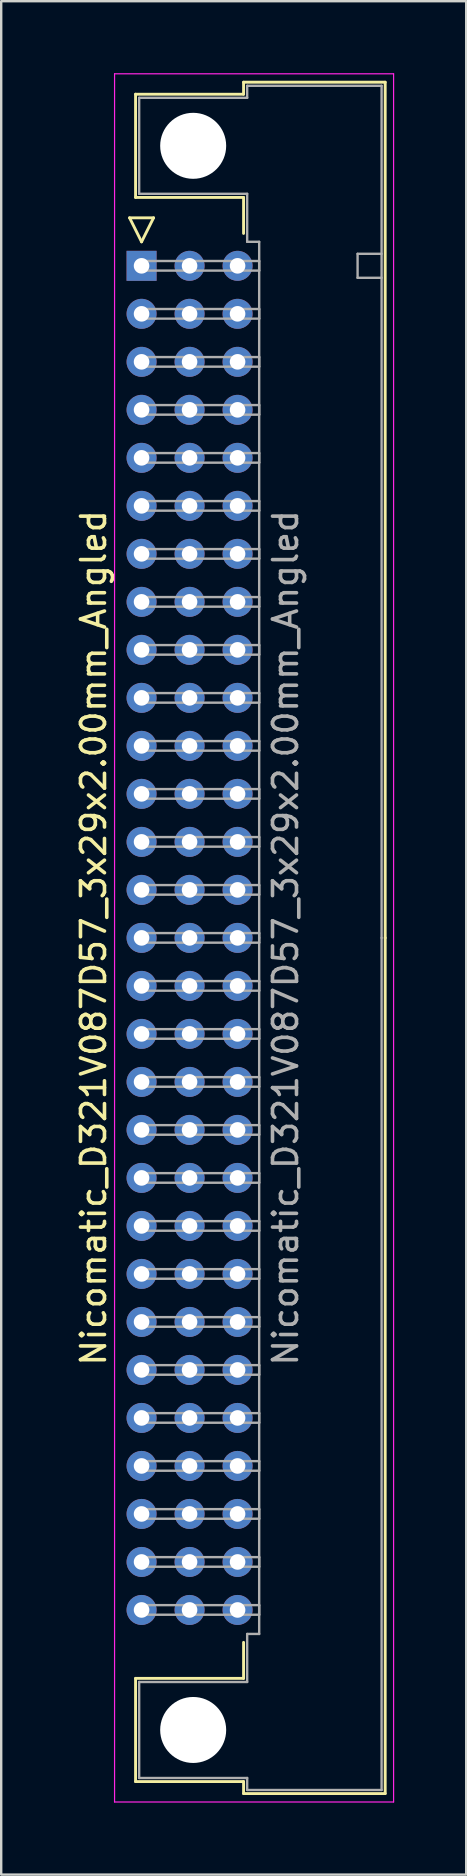
<source format=kicad_pcb>
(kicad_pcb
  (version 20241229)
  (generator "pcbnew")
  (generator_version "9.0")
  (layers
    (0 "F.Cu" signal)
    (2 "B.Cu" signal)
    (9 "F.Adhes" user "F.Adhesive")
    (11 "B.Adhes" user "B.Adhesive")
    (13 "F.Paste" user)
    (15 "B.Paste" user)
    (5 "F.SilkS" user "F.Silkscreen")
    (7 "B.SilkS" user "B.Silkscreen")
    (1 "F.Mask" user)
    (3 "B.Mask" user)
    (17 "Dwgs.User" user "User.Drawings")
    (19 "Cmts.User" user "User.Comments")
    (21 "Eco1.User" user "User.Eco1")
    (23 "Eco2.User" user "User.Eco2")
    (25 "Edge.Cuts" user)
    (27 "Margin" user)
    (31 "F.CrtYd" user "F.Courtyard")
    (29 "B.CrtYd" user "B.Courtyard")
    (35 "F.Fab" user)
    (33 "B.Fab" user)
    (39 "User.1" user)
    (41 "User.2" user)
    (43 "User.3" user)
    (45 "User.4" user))
  (footprint "Nicomatic_D321V087D57_3x29x2.00mm_Angled"
    (layer "F.Cu")
    (at 2.848 8.025)
    (property "Reference" "Nicomatic_D321V087D57_3x29x2.00mm_Angled" (at -2 28 90) (layer "F.SilkS") (effects (font (size 1 1) (thickness 0.15))))
    (attr through_hole)
    (fp_line (start -0.5 -2) (end 0 -1) (stroke (width 0.12) (type solid)) (layer "F.SilkS"))
    (fp_line (start -0.25 -7.15) (end -0.25 -2.85) (stroke (width 0.12) (type solid)) (layer "F.SilkS"))
    (fp_line (start -0.25 -2.85) (end 4.25 -2.85) (stroke (width 0.12) (type solid)) (layer "F.SilkS"))
    (fp_line (start -0.25 58.85) (end 4.25 58.85) (stroke (width 0.12) (type solid)) (layer "F.SilkS"))
    (fp_line (start -0.25 63.15) (end -0.25 58.85) (stroke (width 0.12) (type solid)) (layer "F.SilkS"))
    (fp_line (start 0 -1) (end 0.5 -2) (stroke (width 0.12) (type solid)) (layer "F.SilkS"))
    (fp_line (start 0.5 -2) (end -0.5 -2) (stroke (width 0.12) (type solid)) (layer "F.SilkS"))
    (fp_line (start 4.25 -7.65) (end 4.25 -7.15) (stroke (width 0.12) (type solid)) (layer "F.SilkS"))
    (fp_line (start 4.25 -7.15) (end -0.25 -7.15) (stroke (width 0.12) (type solid)) (layer "F.SilkS"))
    (fp_line (start 4.25 -2.85) (end 4.25 -1.35) (stroke (width 0.12) (type solid)) (layer "F.SilkS"))
    (fp_line (start 4.25 58.85) (end 4.25 57.35) (stroke (width 0.12) (type solid)) (layer "F.SilkS"))
    (fp_line (start 4.25 63.15) (end -0.25 63.15) (stroke (width 0.12) (type solid)) (layer "F.SilkS"))
    (fp_line (start 4.25 63.65) (end 4.25 63.15) (stroke (width 0.12) (type solid)) (layer "F.SilkS"))
    (fp_line (start 10.15 -7.65) (end 4.25 -7.65) (stroke (width 0.12) (type solid)) (layer "F.SilkS"))
    (fp_line (start 10.15 28) (end 10.15 -7.65) (stroke (width 0.12) (type solid)) (layer "F.SilkS"))
    (fp_line (start 10.15 28) (end 10.15 63.65) (stroke (width 0.12) (type solid)) (layer "F.SilkS"))
    (fp_line (start 10.15 63.65) (end 4.25 63.65) (stroke (width 0.12) (type solid)) (layer "F.SilkS"))
    (fp_line (start -1.125 -8) (end -1.125 64) (stroke (width 0.05) (type solid)) (layer "F.CrtYd"))
    (fp_line (start -1.125 64) (end 10.5 64) (stroke (width 0.05) (type solid)) (layer "F.CrtYd"))
    (fp_line (start 10.5 -8) (end -1.125 -8) (stroke (width 0.05) (type solid)) (layer "F.CrtYd"))
    (fp_line (start 10.5 64) (end 10.5 -8) (stroke (width 0.05) (type solid)) (layer "F.CrtYd"))
    (fp_line (start -0.1 -7) (end -0.1 -3) (stroke (width 0.1) (type solid)) (layer "F.Fab"))
    (fp_line (start -0.1 -3) (end 4.4 -3) (stroke (width 0.1) (type solid)) (layer "F.Fab"))
    (fp_line (start -0.1 59) (end 4.4 59) (stroke (width 0.1) (type solid)) (layer "F.Fab"))
    (fp_line (start -0.1 63) (end -0.1 59) (stroke (width 0.1) (type solid)) (layer "F.Fab"))
    (fp_line (start 0 -0.2) (end 0 0.2) (stroke (width 0.1) (type solid)) (layer "F.Fab"))
    (fp_line (start 0 0.2) (end 4.9 0.2) (stroke (width 0.1) (type solid)) (layer "F.Fab"))
    (fp_line (start 0 1.8) (end 0 2.2) (stroke (width 0.1) (type solid)) (layer "F.Fab"))
    (fp_line (start 0 2.2) (end 4.9 2.2) (stroke (width 0.1) (type solid)) (layer "F.Fab"))
    (fp_line (start 0 3.8) (end 0 4.2) (stroke (width 0.1) (type solid)) (layer "F.Fab"))
    (fp_line (start 0 4.2) (end 4.9 4.2) (stroke (width 0.1) (type solid)) (layer "F.Fab"))
    (fp_line (start 0 5.8) (end 0 6.2) (stroke (width 0.1) (type solid)) (layer "F.Fab"))
    (fp_line (start 0 6.2) (end 4.9 6.2) (stroke (width 0.1) (type solid)) (layer "F.Fab"))
    (fp_line (start 0 7.8) (end 0 8.2) (stroke (width 0.1) (type solid)) (layer "F.Fab"))
    (fp_line (start 0 8.2) (end 4.9 8.2) (stroke (width 0.1) (type solid)) (layer "F.Fab"))
    (fp_line (start 0 9.8) (end 0 10.2) (stroke (width 0.1) (type solid)) (layer "F.Fab"))
    (fp_line (start 0 10.2) (end 4.9 10.2) (stroke (width 0.1) (type solid)) (layer "F.Fab"))
    (fp_line (start 0 11.8) (end 0 12.2) (stroke (width 0.1) (type solid)) (layer "F.Fab"))
    (fp_line (start 0 12.2) (end 4.9 12.2) (stroke (width 0.1) (type solid)) (layer "F.Fab"))
    (fp_line (start 0 13.8) (end 0 14.2) (stroke (width 0.1) (type solid)) (layer "F.Fab"))
    (fp_line (start 0 14.2) (end 4.9 14.2) (stroke (width 0.1) (type solid)) (layer "F.Fab"))
    (fp_line (start 0 15.8) (end 0 16.2) (stroke (width 0.1) (type solid)) (layer "F.Fab"))
    (fp_line (start 0 16.2) (end 4.9 16.2) (stroke (width 0.1) (type solid)) (layer "F.Fab"))
    (fp_line (start 0 17.8) (end 0 18.2) (stroke (width 0.1) (type solid)) (layer "F.Fab"))
    (fp_line (start 0 18.2) (end 4.9 18.2) (stroke (width 0.1) (type solid)) (layer "F.Fab"))
    (fp_line (start 0 19.8) (end 0 20.2) (stroke (width 0.1) (type solid)) (layer "F.Fab"))
    (fp_line (start 0 20.2) (end 4.9 20.2) (stroke (width 0.1) (type solid)) (layer "F.Fab"))
    (fp_line (start 0 21.8) (end 0 22.2) (stroke (width 0.1) (type solid)) (layer "F.Fab"))
    (fp_line (start 0 22.2) (end 4.9 22.2) (stroke (width 0.1) (type solid)) (layer "F.Fab"))
    (fp_line (start 0 23.8) (end 0 24.2) (stroke (width 0.1) (type solid)) (layer "F.Fab"))
    (fp_line (start 0 24.2) (end 4.9 24.2) (stroke (width 0.1) (type solid)) (layer "F.Fab"))
    (fp_line (start 0 25.8) (end 0 26.2) (stroke (width 0.1) (type solid)) (layer "F.Fab"))
    (fp_line (start 0 26.2) (end 4.9 26.2) (stroke (width 0.1) (type solid)) (layer "F.Fab"))
    (fp_line (start 0 27.8) (end 0 28.2) (stroke (width 0.1) (type solid)) (layer "F.Fab"))
    (fp_line (start 0 28.2) (end 4.9 28.2) (stroke (width 0.1) (type solid)) (layer "F.Fab"))
    (fp_line (start 0 29.8) (end 0 30.2) (stroke (width 0.1) (type solid)) (layer "F.Fab"))
    (fp_line (start 0 30.2) (end 4.9 30.2) (stroke (width 0.1) (type solid)) (layer "F.Fab"))
    (fp_line (start 0 31.8) (end 0 32.2) (stroke (width 0.1) (type solid)) (layer "F.Fab"))
    (fp_line (start 0 32.2) (end 4.9 32.2) (stroke (width 0.1) (type solid)) (layer "F.Fab"))
    (fp_line (start 0 33.8) (end 0 34.2) (stroke (width 0.1) (type solid)) (layer "F.Fab"))
    (fp_line (start 0 34.2) (end 4.9 34.2) (stroke (width 0.1) (type solid)) (layer "F.Fab"))
    (fp_line (start 0 35.8) (end 0 36.2) (stroke (width 0.1) (type solid)) (layer "F.Fab"))
    (fp_line (start 0 36.2) (end 4.9 36.2) (stroke (width 0.1) (type solid)) (layer "F.Fab"))
    (fp_line (start 0 37.8) (end 0 38.2) (stroke (width 0.1) (type solid)) (layer "F.Fab"))
    (fp_line (start 0 38.2) (end 4.9 38.2) (stroke (width 0.1) (type solid)) (layer "F.Fab"))
    (fp_line (start 0 39.8) (end 0 40.2) (stroke (width 0.1) (type solid)) (layer "F.Fab"))
    (fp_line (start 0 40.2) (end 4.9 40.2) (stroke (width 0.1) (type solid)) (layer "F.Fab"))
    (fp_line (start 0 41.8) (end 0 42.2) (stroke (width 0.1) (type solid)) (layer "F.Fab"))
    (fp_line (start 0 42.2) (end 4.9 42.2) (stroke (width 0.1) (type solid)) (layer "F.Fab"))
    (fp_line (start 0 43.8) (end 0 44.2) (stroke (width 0.1) (type solid)) (layer "F.Fab"))
    (fp_line (start 0 44.2) (end 4.9 44.2) (stroke (width 0.1) (type solid)) (layer "F.Fab"))
    (fp_line (start 0 45.8) (end 0 46.2) (stroke (width 0.1) (type solid)) (layer "F.Fab"))
    (fp_line (start 0 46.2) (end 4.9 46.2) (stroke (width 0.1) (type solid)) (layer "F.Fab"))
    (fp_line (start 0 47.8) (end 0 48.2) (stroke (width 0.1) (type solid)) (layer "F.Fab"))
    (fp_line (start 0 48.2) (end 4.9 48.2) (stroke (width 0.1) (type solid)) (layer "F.Fab"))
    (fp_line (start 0 49.8) (end 0 50.2) (stroke (width 0.1) (type solid)) (layer "F.Fab"))
    (fp_line (start 0 50.2) (end 4.9 50.2) (stroke (width 0.1) (type solid)) (layer "F.Fab"))
    (fp_line (start 0 51.8) (end 0 52.2) (stroke (width 0.1) (type solid)) (layer "F.Fab"))
    (fp_line (start 0 52.2) (end 4.9 52.2) (stroke (width 0.1) (type solid)) (layer "F.Fab"))
    (fp_line (start 0 53.8) (end 0 54.2) (stroke (width 0.1) (type solid)) (layer "F.Fab"))
    (fp_line (start 0 54.2) (end 4.9 54.2) (stroke (width 0.1) (type solid)) (layer "F.Fab"))
    (fp_line (start 0 55.8) (end 0 56.2) (stroke (width 0.1) (type solid)) (layer "F.Fab"))
    (fp_line (start 0 56.2) (end 4.9 56.2) (stroke (width 0.1) (type solid)) (layer "F.Fab"))
    (fp_line (start 4.4 -7.5) (end 4.4 -7) (stroke (width 0.1) (type solid)) (layer "F.Fab"))
    (fp_line (start 4.4 -7) (end -0.1 -7) (stroke (width 0.1) (type solid)) (layer "F.Fab"))
    (fp_line (start 4.4 -3) (end 4.4 -1) (stroke (width 0.1) (type solid)) (layer "F.Fab"))
    (fp_line (start 4.4 -1) (end 4.9 -1) (stroke (width 0.1) (type solid)) (layer "F.Fab"))
    (fp_line (start 4.4 57) (end 4.9 57) (stroke (width 0.1) (type solid)) (layer "F.Fab"))
    (fp_line (start 4.4 59) (end 4.4 57) (stroke (width 0.1) (type solid)) (layer "F.Fab"))
    (fp_line (start 4.4 63) (end -0.1 63) (stroke (width 0.1) (type solid)) (layer "F.Fab"))
    (fp_line (start 4.4 63.5) (end 4.4 63) (stroke (width 0.1) (type solid)) (layer "F.Fab"))
    (fp_line (start 4.9 -1) (end 4.9 28) (stroke (width 0.1) (type solid)) (layer "F.Fab"))
    (fp_line (start 4.9 -0.2) (end 0 -0.2) (stroke (width 0.1) (type solid)) (layer "F.Fab"))
    (fp_line (start 4.9 0.2) (end 4.9 -0.2) (stroke (width 0.1) (type solid)) (layer "F.Fab"))
    (fp_line (start 4.9 1.8) (end 0 1.8) (stroke (width 0.1) (type solid)) (layer "F.Fab"))
    (fp_line (start 4.9 2.2) (end 4.9 1.8) (stroke (width 0.1) (type solid)) (layer "F.Fab"))
    (fp_line (start 4.9 3.8) (end 0 3.8) (stroke (width 0.1) (type solid)) (layer "F.Fab"))
    (fp_line (start 4.9 4.2) (end 4.9 3.8) (stroke (width 0.1) (type solid)) (layer "F.Fab"))
    (fp_line (start 4.9 5.8) (end 0 5.8) (stroke (width 0.1) (type solid)) (layer "F.Fab"))
    (fp_line (start 4.9 6.2) (end 4.9 5.8) (stroke (width 0.1) (type solid)) (layer "F.Fab"))
    (fp_line (start 4.9 7.8) (end 0 7.8) (stroke (width 0.1) (type solid)) (layer "F.Fab"))
    (fp_line (start 4.9 8.2) (end 4.9 7.8) (stroke (width 0.1) (type solid)) (layer "F.Fab"))
    (fp_line (start 4.9 9.8) (end 0 9.8) (stroke (width 0.1) (type solid)) (layer "F.Fab"))
    (fp_line (start 4.9 10.2) (end 4.9 9.8) (stroke (width 0.1) (type solid)) (layer "F.Fab"))
    (fp_line (start 4.9 11.8) (end 0 11.8) (stroke (width 0.1) (type solid)) (layer "F.Fab"))
    (fp_line (start 4.9 12.2) (end 4.9 11.8) (stroke (width 0.1) (type solid)) (layer "F.Fab"))
    (fp_line (start 4.9 13.8) (end 0 13.8) (stroke (width 0.1) (type solid)) (layer "F.Fab"))
    (fp_line (start 4.9 14.2) (end 4.9 13.8) (stroke (width 0.1) (type solid)) (layer "F.Fab"))
    (fp_line (start 4.9 15.8) (end 0 15.8) (stroke (width 0.1) (type solid)) (layer "F.Fab"))
    (fp_line (start 4.9 16.2) (end 4.9 15.8) (stroke (width 0.1) (type solid)) (layer "F.Fab"))
    (fp_line (start 4.9 17.8) (end 0 17.8) (stroke (width 0.1) (type solid)) (layer "F.Fab"))
    (fp_line (start 4.9 18.2) (end 4.9 17.8) (stroke (width 0.1) (type solid)) (layer "F.Fab"))
    (fp_line (start 4.9 19.8) (end 0 19.8) (stroke (width 0.1) (type solid)) (layer "F.Fab"))
    (fp_line (start 4.9 20.2) (end 4.9 19.8) (stroke (width 0.1) (type solid)) (layer "F.Fab"))
    (fp_line (start 4.9 21.8) (end 0 21.8) (stroke (width 0.1) (type solid)) (layer "F.Fab"))
    (fp_line (start 4.9 22.2) (end 4.9 21.8) (stroke (width 0.1) (type solid)) (layer "F.Fab"))
    (fp_line (start 4.9 23.8) (end 0 23.8) (stroke (width 0.1) (type solid)) (layer "F.Fab"))
    (fp_line (start 4.9 24.2) (end 4.9 23.8) (stroke (width 0.1) (type solid)) (layer "F.Fab"))
    (fp_line (start 4.9 25.8) (end 0 25.8) (stroke (width 0.1) (type solid)) (layer "F.Fab"))
    (fp_line (start 4.9 26.2) (end 4.9 25.8) (stroke (width 0.1) (type solid)) (layer "F.Fab"))
    (fp_line (start 4.9 27.8) (end 0 27.8) (stroke (width 0.1) (type solid)) (layer "F.Fab"))
    (fp_line (start 4.9 28.2) (end 4.9 27.8) (stroke (width 0.1) (type solid)) (layer "F.Fab"))
    (fp_line (start 4.9 29.8) (end 0 29.8) (stroke (width 0.1) (type solid)) (layer "F.Fab"))
    (fp_line (start 4.9 30.2) (end 4.9 29.8) (stroke (width 0.1) (type solid)) (layer "F.Fab"))
    (fp_line (start 4.9 31.8) (end 0 31.8) (stroke (width 0.1) (type solid)) (layer "F.Fab"))
    (fp_line (start 4.9 32.2) (end 4.9 31.8) (stroke (width 0.1) (type solid)) (layer "F.Fab"))
    (fp_line (start 4.9 33.8) (end 0 33.8) (stroke (width 0.1) (type solid)) (layer "F.Fab"))
    (fp_line (start 4.9 34.2) (end 4.9 33.8) (stroke (width 0.1) (type solid)) (layer "F.Fab"))
    (fp_line (start 4.9 35.8) (end 0 35.8) (stroke (width 0.1) (type solid)) (layer "F.Fab"))
    (fp_line (start 4.9 36.2) (end 4.9 35.8) (stroke (width 0.1) (type solid)) (layer "F.Fab"))
    (fp_line (start 4.9 37.8) (end 0 37.8) (stroke (width 0.1) (type solid)) (layer "F.Fab"))
    (fp_line (start 4.9 38.2) (end 4.9 37.8) (stroke (width 0.1) (type solid)) (layer "F.Fab"))
    (fp_line (start 4.9 39.8) (end 0 39.8) (stroke (width 0.1) (type solid)) (layer "F.Fab"))
    (fp_line (start 4.9 40.2) (end 4.9 39.8) (stroke (width 0.1) (type solid)) (layer "F.Fab"))
    (fp_line (start 4.9 41.8) (end 0 41.8) (stroke (width 0.1) (type solid)) (layer "F.Fab"))
    (fp_line (start 4.9 42.2) (end 4.9 41.8) (stroke (width 0.1) (type solid)) (layer "F.Fab"))
    (fp_line (start 4.9 43.8) (end 0 43.8) (stroke (width 0.1) (type solid)) (layer "F.Fab"))
    (fp_line (start 4.9 44.2) (end 4.9 43.8) (stroke (width 0.1) (type solid)) (layer "F.Fab"))
    (fp_line (start 4.9 45.8) (end 0 45.8) (stroke (width 0.1) (type solid)) (layer "F.Fab"))
    (fp_line (start 4.9 46.2) (end 4.9 45.8) (stroke (width 0.1) (type solid)) (layer "F.Fab"))
    (fp_line (start 4.9 47.8) (end 0 47.8) (stroke (width 0.1) (type solid)) (layer "F.Fab"))
    (fp_line (start 4.9 48.2) (end 4.9 47.8) (stroke (width 0.1) (type solid)) (layer "F.Fab"))
    (fp_line (start 4.9 49.8) (end 0 49.8) (stroke (width 0.1) (type solid)) (layer "F.Fab"))
    (fp_line (start 4.9 50.2) (end 4.9 49.8) (stroke (width 0.1) (type solid)) (layer "F.Fab"))
    (fp_line (start 4.9 51.8) (end 0 51.8) (stroke (width 0.1) (type solid)) (layer "F.Fab"))
    (fp_line (start 4.9 52.2) (end 4.9 51.8) (stroke (width 0.1) (type solid)) (layer "F.Fab"))
    (fp_line (start 4.9 53.8) (end 0 53.8) (stroke (width 0.1) (type solid)) (layer "F.Fab"))
    (fp_line (start 4.9 54.2) (end 4.9 53.8) (stroke (width 0.1) (type solid)) (layer "F.Fab"))
    (fp_line (start 4.9 55.8) (end 0 55.8) (stroke (width 0.1) (type solid)) (layer "F.Fab"))
    (fp_line (start 4.9 56.2) (end 4.9 55.8) (stroke (width 0.1) (type solid)) (layer "F.Fab"))
    (fp_line (start 4.9 57) (end 4.9 28) (stroke (width 0.1) (type solid)) (layer "F.Fab"))
    (fp_line (start 9 -0.5) (end 9 0.5) (stroke (width 0.1) (type solid)) (layer "F.Fab"))
    (fp_line (start 9 0.5) (end 10 0.5) (stroke (width 0.1) (type solid)) (layer "F.Fab"))
    (fp_line (start 10 -7.5) (end 4.4 -7.5) (stroke (width 0.1) (type solid)) (layer "F.Fab"))
    (fp_line (start 10 -0.5) (end 9 -0.5) (stroke (width 0.1) (type solid)) (layer "F.Fab"))
    (fp_line (start 10 28) (end 10 -7.5) (stroke (width 0.1) (type solid)) (layer "F.Fab"))
    (fp_line (start 10 28) (end 10 63.5) (stroke (width 0.1) (type solid)) (layer "F.Fab"))
    (fp_line (start 10 63.5) (end 4.4 63.5) (stroke (width 0.1) (type solid)) (layer "F.Fab"))
    (fp_text user "${REFERENCE}" (at 6 28 90) (layer "F.Fab") (effects (font (size 1 1) (thickness 0.15))))
    (pad "" np_thru_hole circle (at 2.15 -5) (size 2.75 2.75) (drill 2.75) (layers "*.Cu" "*.Mask"))
    (pad "" np_thru_hole circle (at 2.15 61) (size 2.75 2.75) (drill 2.75) (layers "*.Cu" "*.Mask"))
    (pad "1" thru_hole rect (at 0 0) (size 1.25 1.25) (drill 0.65) (layers "*.Cu" "*.Mask"))
    (pad "2" thru_hole oval (at 0 2) (size 1.25 1.25) (drill 0.65) (layers "*.Cu" "*.Mask"))
    (pad "3" thru_hole oval (at 0 4) (size 1.25 1.25) (drill 0.65) (layers "*.Cu" "*.Mask"))
    (pad "4" thru_hole oval (at 0 6) (size 1.25 1.25) (drill 0.65) (layers "*.Cu" "*.Mask"))
    (pad "5" thru_hole oval (at 0 8) (size 1.25 1.25) (drill 0.65) (layers "*.Cu" "*.Mask"))
    (pad "6" thru_hole oval (at 0 10) (size 1.25 1.25) (drill 0.65) (layers "*.Cu" "*.Mask"))
    (pad "7" thru_hole oval (at 0 12) (size 1.25 1.25) (drill 0.65) (layers "*.Cu" "*.Mask"))
    (pad "8" thru_hole oval (at 0 14) (size 1.25 1.25) (drill 0.65) (layers "*.Cu" "*.Mask"))
    (pad "9" thru_hole oval (at 0 16) (size 1.25 1.25) (drill 0.65) (layers "*.Cu" "*.Mask"))
    (pad "10" thru_hole oval (at 0 18) (size 1.25 1.25) (drill 0.65) (layers "*.Cu" "*.Mask"))
    (pad "11" thru_hole oval (at 0 20) (size 1.25 1.25) (drill 0.65) (layers "*.Cu" "*.Mask"))
    (pad "12" thru_hole oval (at 0 22) (size 1.25 1.25) (drill 0.65) (layers "*.Cu" "*.Mask"))
    (pad "13" thru_hole oval (at 0 24) (size 1.25 1.25) (drill 0.65) (layers "*.Cu" "*.Mask"))
    (pad "14" thru_hole oval (at 0 26) (size 1.25 1.25) (drill 0.65) (layers "*.Cu" "*.Mask"))
    (pad "15" thru_hole oval (at 0 28) (size 1.25 1.25) (drill 0.65) (layers "*.Cu" "*.Mask"))
    (pad "16" thru_hole oval (at 0 30) (size 1.25 1.25) (drill 0.65) (layers "*.Cu" "*.Mask"))
    (pad "17" thru_hole oval (at 0 32) (size 1.25 1.25) (drill 0.65) (layers "*.Cu" "*.Mask"))
    (pad "18" thru_hole oval (at 0 34) (size 1.25 1.25) (drill 0.65) (layers "*.Cu" "*.Mask"))
    (pad "19" thru_hole oval (at 0 36) (size 1.25 1.25) (drill 0.65) (layers "*.Cu" "*.Mask"))
    (pad "20" thru_hole oval (at 0 38) (size 1.25 1.25) (drill 0.65) (layers "*.Cu" "*.Mask"))
    (pad "21" thru_hole oval (at 0 40) (size 1.25 1.25) (drill 0.65) (layers "*.Cu" "*.Mask"))
    (pad "22" thru_hole oval (at 0 42) (size 1.25 1.25) (drill 0.65) (layers "*.Cu" "*.Mask"))
    (pad "23" thru_hole oval (at 0 44) (size 1.25 1.25) (drill 0.65) (layers "*.Cu" "*.Mask"))
    (pad "24" thru_hole oval (at 0 46) (size 1.25 1.25) (drill 0.65) (layers "*.Cu" "*.Mask"))
    (pad "25" thru_hole oval (at 0 48) (size 1.25 1.25) (drill 0.65) (layers "*.Cu" "*.Mask"))
    (pad "26" thru_hole oval (at 0 50) (size 1.25 1.25) (drill 0.65) (layers "*.Cu" "*.Mask"))
    (pad "27" thru_hole oval (at 0 52) (size 1.25 1.25) (drill 0.65) (layers "*.Cu" "*.Mask"))
    (pad "28" thru_hole oval (at 0 54) (size 1.25 1.25) (drill 0.65) (layers "*.Cu" "*.Mask"))
    (pad "29" thru_hole oval (at 0 56) (size 1.25 1.25) (drill 0.65) (layers "*.Cu" "*.Mask"))
    (pad "30" thru_hole oval (at 2 0) (size 1.25 1.25) (drill 0.65) (layers "*.Cu" "*.Mask"))
    (pad "31" thru_hole oval (at 2 2) (size 1.25 1.25) (drill 0.65) (layers "*.Cu" "*.Mask"))
    (pad "32" thru_hole oval (at 2 4) (size 1.25 1.25) (drill 0.65) (layers "*.Cu" "*.Mask"))
    (pad "33" thru_hole oval (at 2 6) (size 1.25 1.25) (drill 0.65) (layers "*.Cu" "*.Mask"))
    (pad "34" thru_hole oval (at 2 8) (size 1.25 1.25) (drill 0.65) (layers "*.Cu" "*.Mask"))
    (pad "35" thru_hole oval (at 2 10) (size 1.25 1.25) (drill 0.65) (layers "*.Cu" "*.Mask"))
    (pad "36" thru_hole oval (at 2 12) (size 1.25 1.25) (drill 0.65) (layers "*.Cu" "*.Mask"))
    (pad "37" thru_hole oval (at 2 14) (size 1.25 1.25) (drill 0.65) (layers "*.Cu" "*.Mask"))
    (pad "38" thru_hole oval (at 2 16) (size 1.25 1.25) (drill 0.65) (layers "*.Cu" "*.Mask"))
    (pad "39" thru_hole oval (at 2 18) (size 1.25 1.25) (drill 0.65) (layers "*.Cu" "*.Mask"))
    (pad "40" thru_hole oval (at 2 20) (size 1.25 1.25) (drill 0.65) (layers "*.Cu" "*.Mask"))
    (pad "41" thru_hole oval (at 2 22) (size 1.25 1.25) (drill 0.65) (layers "*.Cu" "*.Mask"))
    (pad "42" thru_hole oval (at 2 24) (size 1.25 1.25) (drill 0.65) (layers "*.Cu" "*.Mask"))
    (pad "43" thru_hole oval (at 2 26) (size 1.25 1.25) (drill 0.65) (layers "*.Cu" "*.Mask"))
    (pad "44" thru_hole oval (at 2 28) (size 1.25 1.25) (drill 0.65) (layers "*.Cu" "*.Mask"))
    (pad "45" thru_hole oval (at 2 30) (size 1.25 1.25) (drill 0.65) (layers "*.Cu" "*.Mask"))
    (pad "46" thru_hole oval (at 2 32) (size 1.25 1.25) (drill 0.65) (layers "*.Cu" "*.Mask"))
    (pad "47" thru_hole oval (at 2 34) (size 1.25 1.25) (drill 0.65) (layers "*.Cu" "*.Mask"))
    (pad "48" thru_hole oval (at 2 36) (size 1.25 1.25) (drill 0.65) (layers "*.Cu" "*.Mask"))
    (pad "49" thru_hole oval (at 2 38) (size 1.25 1.25) (drill 0.65) (layers "*.Cu" "*.Mask"))
    (pad "50" thru_hole oval (at 2 40) (size 1.25 1.25) (drill 0.65) (layers "*.Cu" "*.Mask"))
    (pad "51" thru_hole oval (at 2 42) (size 1.25 1.25) (drill 0.65) (layers "*.Cu" "*.Mask"))
    (pad "52" thru_hole oval (at 2 44) (size 1.25 1.25) (drill 0.65) (layers "*.Cu" "*.Mask"))
    (pad "53" thru_hole oval (at 2 46) (size 1.25 1.25) (drill 0.65) (layers "*.Cu" "*.Mask"))
    (pad "54" thru_hole oval (at 2 48) (size 1.25 1.25) (drill 0.65) (layers "*.Cu" "*.Mask"))
    (pad "55" thru_hole oval (at 2 50) (size 1.25 1.25) (drill 0.65) (layers "*.Cu" "*.Mask"))
    (pad "56" thru_hole oval (at 2 52) (size 1.25 1.25) (drill 0.65) (layers "*.Cu" "*.Mask"))
    (pad "57" thru_hole oval (at 2 54) (size 1.25 1.25) (drill 0.65) (layers "*.Cu" "*.Mask"))
    (pad "58" thru_hole oval (at 2 56) (size 1.25 1.25) (drill 0.65) (layers "*.Cu" "*.Mask"))
    (pad "59" thru_hole oval (at 4 0) (size 1.25 1.25) (drill 0.65) (layers "*.Cu" "*.Mask"))
    (pad "60" thru_hole oval (at 4 2) (size 1.25 1.25) (drill 0.65) (layers "*.Cu" "*.Mask"))
    (pad "61" thru_hole oval (at 4 4) (size 1.25 1.25) (drill 0.65) (layers "*.Cu" "*.Mask"))
    (pad "62" thru_hole oval (at 4 6) (size 1.25 1.25) (drill 0.65) (layers "*.Cu" "*.Mask"))
    (pad "63" thru_hole oval (at 4 8) (size 1.25 1.25) (drill 0.65) (layers "*.Cu" "*.Mask"))
    (pad "64" thru_hole oval (at 4 10) (size 1.25 1.25) (drill 0.65) (layers "*.Cu" "*.Mask"))
    (pad "65" thru_hole oval (at 4 12) (size 1.25 1.25) (drill 0.65) (layers "*.Cu" "*.Mask"))
    (pad "66" thru_hole oval (at 4 14) (size 1.25 1.25) (drill 0.65) (layers "*.Cu" "*.Mask"))
    (pad "67" thru_hole oval (at 4 16) (size 1.25 1.25) (drill 0.65) (layers "*.Cu" "*.Mask"))
    (pad "68" thru_hole oval (at 4 18) (size 1.25 1.25) (drill 0.65) (layers "*.Cu" "*.Mask"))
    (pad "69" thru_hole oval (at 4 20) (size 1.25 1.25) (drill 0.65) (layers "*.Cu" "*.Mask"))
    (pad "70" thru_hole oval (at 4 22) (size 1.25 1.25) (drill 0.65) (layers "*.Cu" "*.Mask"))
    (pad "71" thru_hole oval (at 4 24) (size 1.25 1.25) (drill 0.65) (layers "*.Cu" "*.Mask"))
    (pad "72" thru_hole oval (at 4 26) (size 1.25 1.25) (drill 0.65) (layers "*.Cu" "*.Mask"))
    (pad "73" thru_hole oval (at 4 28) (size 1.25 1.25) (drill 0.65) (layers "*.Cu" "*.Mask"))
    (pad "74" thru_hole oval (at 4 30) (size 1.25 1.25) (drill 0.65) (layers "*.Cu" "*.Mask"))
    (pad "75" thru_hole oval (at 4 32) (size 1.25 1.25) (drill 0.65) (layers "*.Cu" "*.Mask"))
    (pad "76" thru_hole oval (at 4 34) (size 1.25 1.25) (drill 0.65) (layers "*.Cu" "*.Mask"))
    (pad "77" thru_hole oval (at 4 36) (size 1.25 1.25) (drill 0.65) (layers "*.Cu" "*.Mask"))
    (pad "78" thru_hole oval (at 4 38) (size 1.25 1.25) (drill 0.65) (layers "*.Cu" "*.Mask"))
    (pad "79" thru_hole oval (at 4 40) (size 1.25 1.25) (drill 0.65) (layers "*.Cu" "*.Mask"))
    (pad "80" thru_hole oval (at 4 42) (size 1.25 1.25) (drill 0.65) (layers "*.Cu" "*.Mask"))
    (pad "81" thru_hole oval (at 4 44) (size 1.25 1.25) (drill 0.65) (layers "*.Cu" "*.Mask"))
    (pad "82" thru_hole oval (at 4 46) (size 1.25 1.25) (drill 0.65) (layers "*.Cu" "*.Mask"))
    (pad "83" thru_hole oval (at 4 48) (size 1.25 1.25) (drill 0.65) (layers "*.Cu" "*.Mask"))
    (pad "84" thru_hole oval (at 4 50) (size 1.25 1.25) (drill 0.65) (layers "*.Cu" "*.Mask"))
    (pad "85" thru_hole oval (at 4 52) (size 1.25 1.25) (drill 0.65) (layers "*.Cu" "*.Mask"))
    (pad "86" thru_hole oval (at 4 54) (size 1.25 1.25) (drill 0.65) (layers "*.Cu" "*.Mask"))
    (pad "87" thru_hole oval (at 4 56) (size 1.25 1.25) (drill 0.65) (layers "*.Cu" "*.Mask")))
  (gr_rect
    (start -3 -3)
    (end 16.373 75.05)
    (stroke (width 0.1) (type default))
    (fill no)
    (layer "Edge.Cuts")))
</source>
